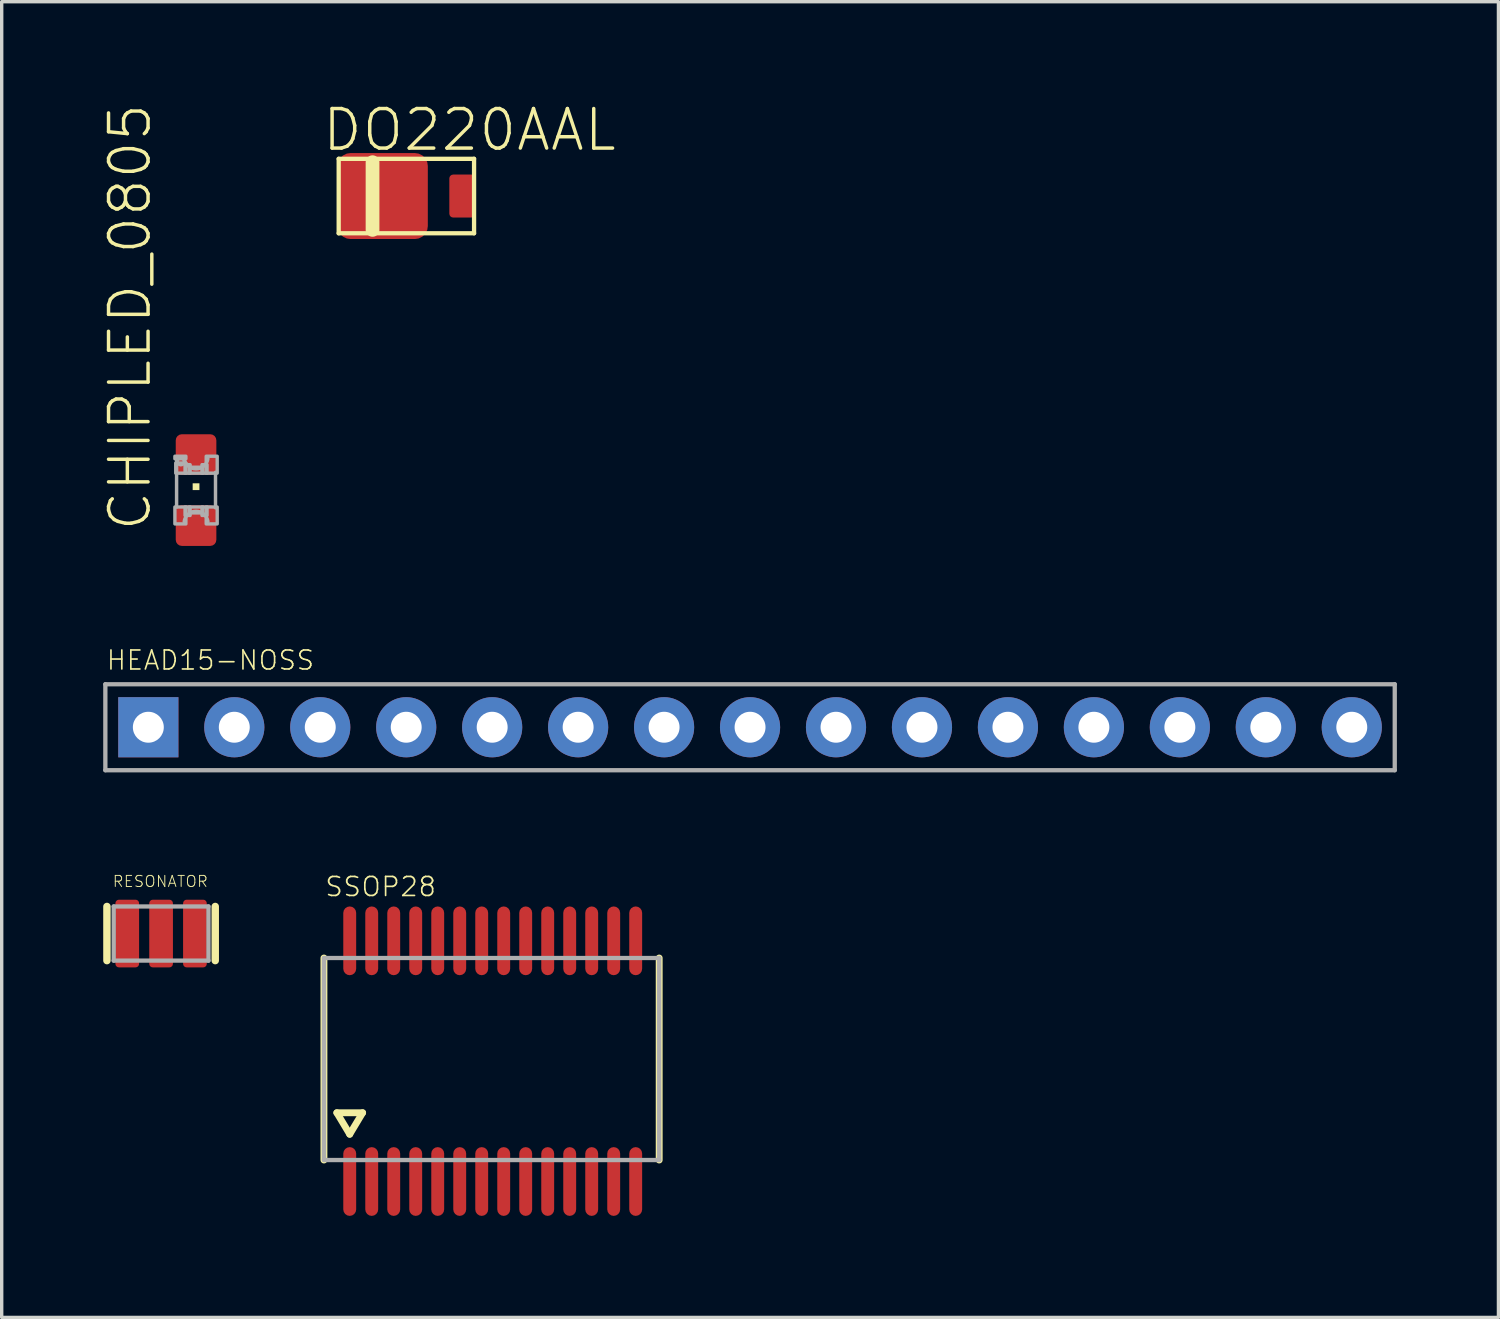
<source format=kicad_pcb>
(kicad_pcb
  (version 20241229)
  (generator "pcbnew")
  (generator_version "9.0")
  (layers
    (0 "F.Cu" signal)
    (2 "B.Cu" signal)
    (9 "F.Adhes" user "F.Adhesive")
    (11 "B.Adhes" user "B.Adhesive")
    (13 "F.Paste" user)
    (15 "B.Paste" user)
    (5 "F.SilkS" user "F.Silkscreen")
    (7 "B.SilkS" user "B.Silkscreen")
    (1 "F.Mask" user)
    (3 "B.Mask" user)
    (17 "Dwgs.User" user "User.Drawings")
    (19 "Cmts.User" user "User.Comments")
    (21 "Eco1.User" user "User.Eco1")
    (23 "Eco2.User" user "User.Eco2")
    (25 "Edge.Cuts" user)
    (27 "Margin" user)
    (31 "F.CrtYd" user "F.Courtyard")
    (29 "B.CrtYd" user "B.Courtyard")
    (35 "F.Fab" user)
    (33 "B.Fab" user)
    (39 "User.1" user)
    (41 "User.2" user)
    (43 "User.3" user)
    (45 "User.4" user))
  (footprint "DO220AAL"
    (layer "F.Cu")
    (at 8.958 2.743)
    (property "Reference" "DO220AAL" (at -2.54 -1.27 0) (unlocked yes) (layer "F.SilkS") (effects (font (size 1.168 1.168) (thickness 0.102)) (justify left bottom)))
    (fp_line (start -2 -1.1) (end -2 1.1) (stroke (width 0.127) (type solid)) (layer "F.SilkS"))
    (fp_line (start -2 1.1) (end 2 1.1) (stroke (width 0.127) (type solid)) (layer "F.SilkS"))
    (fp_line (start -1 -1) (end -1 1) (stroke (width 0.406) (type solid)) (layer "F.SilkS"))
    (fp_line (start 2 -1.1) (end -2 -1.1) (stroke (width 0.127) (type solid)) (layer "F.SilkS"))
    (fp_line (start 2 1.1) (end 2 -1.1) (stroke (width 0.127) (type solid)) (layer "F.SilkS"))
    (pad "P$1" smd roundrect (at -0.7 0 90) (size 2.54 2.667) (layers "F.Cu" "F.Mask" "F.Paste") (roundrect_rratio 0.15))
    (pad "P$2" smd roundrect (at 1.65 0 180) (size 0.762 1.27) (layers "F.Cu" "F.Mask" "F.Paste") (roundrect_rratio 0.15)))
  (footprint "CHIPLED_0805"
    (layer "F.Cu")
    (at 2.743 11.431)
    (property "Reference" "CHIPLED_0805" (at -1.27 1.27 90) (unlocked yes) (layer "F.SilkS") (effects (font (size 1.168 1.168) (thickness 0.102)) (justify left bottom)))
    (fp_poly (pts (xy -0.1 0) (xy 0.1 0) (xy 0.1 -0.2) (xy -0.1 -0.2)) (stroke (width 0) (type default)) (fill yes) (layer "F.SilkS"))
    (fp_line (start -0.575 0.5) (end -0.575 -0.925) (stroke (width 0.102) (type solid)) (layer "F.Fab"))
    (fp_line (start 0.575 -0.525) (end 0.575 0.525) (stroke (width 0.102) (type solid)) (layer "F.Fab"))
    (fp_arc (start -0.35 0.925) (mid -0.000001 0.625027) (end 0.35 0.924998) (stroke (width 0.1016) (type solid)) (layer "F.Fab"))
    (fp_arc (start 0.35 -0.924998) (mid -0.000001 -0.625027) (end -0.35 -0.925) (stroke (width 0.1016) (type solid)) (layer "F.Fab"))
    (fp_circle (center -0.45 -0.85) (end -0.347 -0.85) (stroke (width 0.102) (type solid)) (fill no) (layer "F.Fab"))
    (fp_poly (pts (xy -0.625 -0.925) (xy -0.3 -0.925) (xy -0.3 -1) (xy -0.625 -1)) (stroke (width 0.1) (type default)) (fill no) (layer "F.Fab"))
    (fp_poly (pts (xy -0.625 1) (xy -0.3 1) (xy -0.3 0.5) (xy -0.625 0.5)) (stroke (width 0.1) (type default)) (fill no) (layer "F.Fab"))
    (fp_poly (pts (xy -0.6 -0.5) (xy -0.3 -0.5) (xy -0.3 -0.8) (xy -0.6 -0.8)) (stroke (width 0.1) (type default)) (fill no) (layer "F.Fab"))
    (fp_poly (pts (xy -0.325 -0.5) (xy -0.175 -0.5) (xy -0.175 -0.75) (xy -0.325 -0.75)) (stroke (width 0.1) (type default)) (fill no) (layer "F.Fab"))
    (fp_poly (pts (xy -0.325 0.75) (xy -0.175 0.75) (xy -0.175 0.5) (xy -0.325 0.5)) (stroke (width 0.1) (type default)) (fill no) (layer "F.Fab"))
    (fp_poly (pts (xy -0.2 -0.5) (xy 0.2 -0.5) (xy 0.2 -0.675) (xy -0.2 -0.675)) (stroke (width 0.1) (type default)) (fill no) (layer "F.Fab"))
    (fp_poly (pts (xy -0.2 0.675) (xy 0.2 0.675) (xy 0.2 0.5) (xy -0.2 0.5)) (stroke (width 0.1) (type default)) (fill no) (layer "F.Fab"))
    (fp_poly (pts (xy 0.175 -0.5) (xy 0.325 -0.5) (xy 0.325 -0.75) (xy 0.175 -0.75)) (stroke (width 0.1) (type default)) (fill no) (layer "F.Fab"))
    (fp_poly (pts (xy 0.175 0.75) (xy 0.325 0.75) (xy 0.325 0.5) (xy 0.175 0.5)) (stroke (width 0.1) (type default)) (fill no) (layer "F.Fab"))
    (fp_poly (pts (xy 0.3 -0.5) (xy 0.625 -0.5) (xy 0.625 -1) (xy 0.3 -1)) (stroke (width 0.1) (type default)) (fill no) (layer "F.Fab"))
    (fp_poly (pts (xy 0.3 1) (xy 0.625 1) (xy 0.625 0.5) (xy 0.3 0.5)) (stroke (width 0.1) (type default)) (fill no) (layer "F.Fab"))
    (pad "A" smd roundrect (at 0 1.05) (size 1.2 1.2) (layers "F.Cu" "F.Mask" "F.Paste") (roundrect_rratio 0.15))
    (pad "C" smd roundrect (at 0 -1.05) (size 1.2 1.2) (layers "F.Cu" "F.Mask" "F.Paste") (roundrect_rratio 0.15)))
  (footprint "HEAD15-NOSS"
    (layer "F.Cu")
    (at 1.333 18.439)
    (property "Reference" "HEAD15-NOSS" (at -1.27 -1.651 0) (unlocked yes) (layer "F.SilkS") (effects (font (size 0.561 0.561) (thickness 0.049)) (justify left bottom)))
    (fp_line (start -1.27 -1.27) (end 36.83 -1.27) (stroke (width 0.127) (type solid)) (layer "F.Fab"))
    (fp_line (start -1.27 1.27) (end -1.27 -1.27) (stroke (width 0.127) (type solid)) (layer "F.Fab"))
    (fp_line (start 36.83 -1.27) (end 36.83 1.27) (stroke (width 0.127) (type solid)) (layer "F.Fab"))
    (fp_line (start 36.83 1.27) (end -1.27 1.27) (stroke (width 0.127) (type solid)) (layer "F.Fab"))
    (pad "1" thru_hole rect (at 0 0) (size 1.778 1.778) (drill 0.914) (layers "*.Cu" "*.Mask"))
    (pad "2" thru_hole circle (at 2.54 0) (size 1.778 1.778) (drill 0.914) (layers "*.Cu" "*.Mask"))
    (pad "3" thru_hole circle (at 5.08 0) (size 1.778 1.778) (drill 0.914) (layers "*.Cu" "*.Mask"))
    (pad "4" thru_hole circle (at 7.62 0) (size 1.778 1.778) (drill 0.914) (layers "*.Cu" "*.Mask"))
    (pad "5" thru_hole circle (at 10.16 0) (size 1.778 1.778) (drill 0.914) (layers "*.Cu" "*.Mask"))
    (pad "6" thru_hole circle (at 12.7 0) (size 1.778 1.778) (drill 0.914) (layers "*.Cu" "*.Mask"))
    (pad "7" thru_hole circle (at 15.24 0) (size 1.778 1.778) (drill 0.914) (layers "*.Cu" "*.Mask"))
    (pad "8" thru_hole circle (at 17.78 0) (size 1.778 1.778) (drill 0.914) (layers "*.Cu" "*.Mask"))
    (pad "9" thru_hole circle (at 20.32 0) (size 1.778 1.778) (drill 0.914) (layers "*.Cu" "*.Mask"))
    (pad "10" thru_hole circle (at 22.86 0) (size 1.778 1.778) (drill 0.914) (layers "*.Cu" "*.Mask"))
    (pad "11" thru_hole circle (at 25.4 0) (size 1.778 1.778) (drill 0.914) (layers "*.Cu" "*.Mask"))
    (pad "12" thru_hole circle (at 27.94 0) (size 1.778 1.778) (drill 0.914) (layers "*.Cu" "*.Mask"))
    (pad "13" thru_hole circle (at 30.48 0) (size 1.778 1.778) (drill 0.914) (layers "*.Cu" "*.Mask"))
    (pad "14" thru_hole circle (at 33.02 0) (size 1.778 1.778) (drill 0.914) (layers "*.Cu" "*.Mask"))
    (pad "15" thru_hole circle (at 35.56 0) (size 1.778 1.778) (drill 0.914) (layers "*.Cu" "*.Mask")))
  (footprint "SSOP28"
    (layer "F.Cu")
    (at 7.284 31.862)
    (property "Reference" "SSOP28" (at -0.762 -8.382 0) (unlocked yes) (layer "F.SilkS") (effects (font (size 0.561 0.561) (thickness 0.049)) (justify left bottom)))
    (fp_line (start -0.762 -0.635) (end -0.762 -6.604) (stroke (width 0.203) (type solid)) (layer "F.SilkS"))
    (fp_line (start -0.381 -2.032) (end 0.381 -2.032) (stroke (width 0.203) (type solid)) (layer "F.SilkS"))
    (fp_line (start 0 -1.397) (end -0.381 -2.032) (stroke (width 0.203) (type solid)) (layer "F.SilkS"))
    (fp_line (start 0.381 -2.032) (end 0 -1.397) (stroke (width 0.203) (type solid)) (layer "F.SilkS"))
    (fp_line (start 9.144 -0.635) (end 9.144 -6.604) (stroke (width 0.203) (type solid)) (layer "F.SilkS"))
    (fp_line (start -0.762 -6.604) (end 9.144 -6.604) (stroke (width 0.127) (type solid)) (layer "F.Fab"))
    (fp_line (start -0.762 -0.635) (end -0.762 -6.604) (stroke (width 0.127) (type solid)) (layer "F.Fab"))
    (fp_line (start 9.144 -6.604) (end 9.144 -0.635) (stroke (width 0.127) (type solid)) (layer "F.Fab"))
    (fp_line (start 9.144 -0.635) (end -0.762 -0.635) (stroke (width 0.127) (type solid)) (layer "F.Fab"))
    (pad "1" smd roundrect (at 0 0) (size 0.381 2.032) (layers "F.Cu" "F.Mask" "F.Paste") (roundrect_rratio 0.5))
    (pad "2" smd roundrect (at 0.65 0) (size 0.381 2.032) (layers "F.Cu" "F.Mask" "F.Paste") (roundrect_rratio 0.5))
    (pad "3" smd roundrect (at 1.3 0) (size 0.381 2.032) (layers "F.Cu" "F.Mask" "F.Paste") (roundrect_rratio 0.5))
    (pad "4" smd roundrect (at 1.95 0) (size 0.381 2.032) (layers "F.Cu" "F.Mask" "F.Paste") (roundrect_rratio 0.5))
    (pad "5" smd roundrect (at 2.6 0) (size 0.381 2.032) (layers "F.Cu" "F.Mask" "F.Paste") (roundrect_rratio 0.5))
    (pad "6" smd roundrect (at 3.25 0) (size 0.381 2.032) (layers "F.Cu" "F.Mask" "F.Paste") (roundrect_rratio 0.5))
    (pad "7" smd roundrect (at 3.9 0) (size 0.381 2.032) (layers "F.Cu" "F.Mask" "F.Paste") (roundrect_rratio 0.5))
    (pad "8" smd roundrect (at 4.55 0) (size 0.381 2.032) (layers "F.Cu" "F.Mask" "F.Paste") (roundrect_rratio 0.5))
    (pad "9" smd roundrect (at 5.2 0) (size 0.381 2.032) (layers "F.Cu" "F.Mask" "F.Paste") (roundrect_rratio 0.5))
    (pad "10" smd roundrect (at 5.85 0) (size 0.381 2.032) (layers "F.Cu" "F.Mask" "F.Paste") (roundrect_rratio 0.5))
    (pad "11" smd roundrect (at 6.5 0) (size 0.381 2.032) (layers "F.Cu" "F.Mask" "F.Paste") (roundrect_rratio 0.5))
    (pad "12" smd roundrect (at 7.15 0) (size 0.381 2.032) (layers "F.Cu" "F.Mask" "F.Paste") (roundrect_rratio 0.5))
    (pad "13" smd roundrect (at 7.8 0) (size 0.381 2.032) (layers "F.Cu" "F.Mask" "F.Paste") (roundrect_rratio 0.5))
    (pad "14" smd roundrect (at 8.45 0) (size 0.381 2.032) (layers "F.Cu" "F.Mask" "F.Paste") (roundrect_rratio 0.5))
    (pad "15" smd roundrect (at 8.45 -7.112) (size 0.381 2.032) (layers "F.Cu" "F.Mask" "F.Paste") (roundrect_rratio 0.5))
    (pad "16" smd roundrect (at 7.8 -7.112) (size 0.381 2.032) (layers "F.Cu" "F.Mask" "F.Paste") (roundrect_rratio 0.5))
    (pad "17" smd roundrect (at 7.15 -7.112) (size 0.381 2.032) (layers "F.Cu" "F.Mask" "F.Paste") (roundrect_rratio 0.5))
    (pad "18" smd roundrect (at 6.5 -7.112) (size 0.381 2.032) (layers "F.Cu" "F.Mask" "F.Paste") (roundrect_rratio 0.5))
    (pad "19" smd roundrect (at 5.85 -7.112) (size 0.381 2.032) (layers "F.Cu" "F.Mask" "F.Paste") (roundrect_rratio 0.5))
    (pad "20" smd roundrect (at 5.2 -7.112) (size 0.381 2.032) (layers "F.Cu" "F.Mask" "F.Paste") (roundrect_rratio 0.5))
    (pad "21" smd roundrect (at 4.55 -7.112) (size 0.381 2.032) (layers "F.Cu" "F.Mask" "F.Paste") (roundrect_rratio 0.5))
    (pad "22" smd roundrect (at 3.9 -7.112) (size 0.381 2.032) (layers "F.Cu" "F.Mask" "F.Paste") (roundrect_rratio 0.5))
    (pad "23" smd roundrect (at 3.25 -7.112) (size 0.381 2.032) (layers "F.Cu" "F.Mask" "F.Paste") (roundrect_rratio 0.5))
    (pad "24" smd roundrect (at 2.6 -7.112) (size 0.381 2.032) (layers "F.Cu" "F.Mask" "F.Paste") (roundrect_rratio 0.5))
    (pad "25" smd roundrect (at 1.95 -7.112) (size 0.381 2.032) (layers "F.Cu" "F.Mask" "F.Paste") (roundrect_rratio 0.5))
    (pad "26" smd roundrect (at 1.3 -7.112) (size 0.381 2.032) (layers "F.Cu" "F.Mask" "F.Paste") (roundrect_rratio 0.5))
    (pad "27" smd roundrect (at 0.65 -7.112) (size 0.381 2.032) (layers "F.Cu" "F.Mask" "F.Paste") (roundrect_rratio 0.5))
    (pad "28" smd roundrect (at 0 -7.112) (size 0.381 2.032) (layers "F.Cu" "F.Mask" "F.Paste") (roundrect_rratio 0.5)))
  (footprint "RESONATOR"
    (layer "F.Cu")
    (at 1.71 24.535)
    (property "Reference" "RESONATOR" (at -1.45 -1.35 0) (unlocked yes) (layer "F.SilkS") (effects (font (size 0.327 0.327) (thickness 0.028)) (justify left bottom)))
    (fp_line (start -1.6 -0.8) (end -1.6 0.8) (stroke (width 0.22) (type solid)) (layer "F.SilkS"))
    (fp_line (start 1.6 -0.8) (end 1.6 0.8) (stroke (width 0.22) (type solid)) (layer "F.SilkS"))
    (fp_line (start -1.4 -0.8) (end 1.4 -0.8) (stroke (width 0.127) (type solid)) (layer "F.Fab"))
    (fp_line (start -1.4 0.8) (end -1.4 -0.8) (stroke (width 0.127) (type solid)) (layer "F.Fab"))
    (fp_line (start 1.4 -0.8) (end 1.4 0.8) (stroke (width 0.127) (type solid)) (layer "F.Fab"))
    (fp_line (start 1.4 0.8) (end -1.4 0.8) (stroke (width 0.127) (type solid)) (layer "F.Fab"))
    (pad "1" smd roundrect (at -1 0 90) (size 2 0.7) (layers "F.Cu" "F.Mask" "F.Paste") (roundrect_rratio 0.15))
    (pad "2" smd roundrect (at 0 0 90) (size 2 0.7) (layers "F.Cu" "F.Mask" "F.Paste") (roundrect_rratio 0.15))
    (pad "3" smd roundrect (at 1 0 90) (size 2 0.7) (layers "F.Cu" "F.Mask" "F.Paste") (roundrect_rratio 0.15)))
  (gr_rect
    (start -3 -3)
    (end 41.227 35.878)
    (stroke (width 0.1) (type default))
    (fill no)
    (layer "Edge.Cuts")))
</source>
